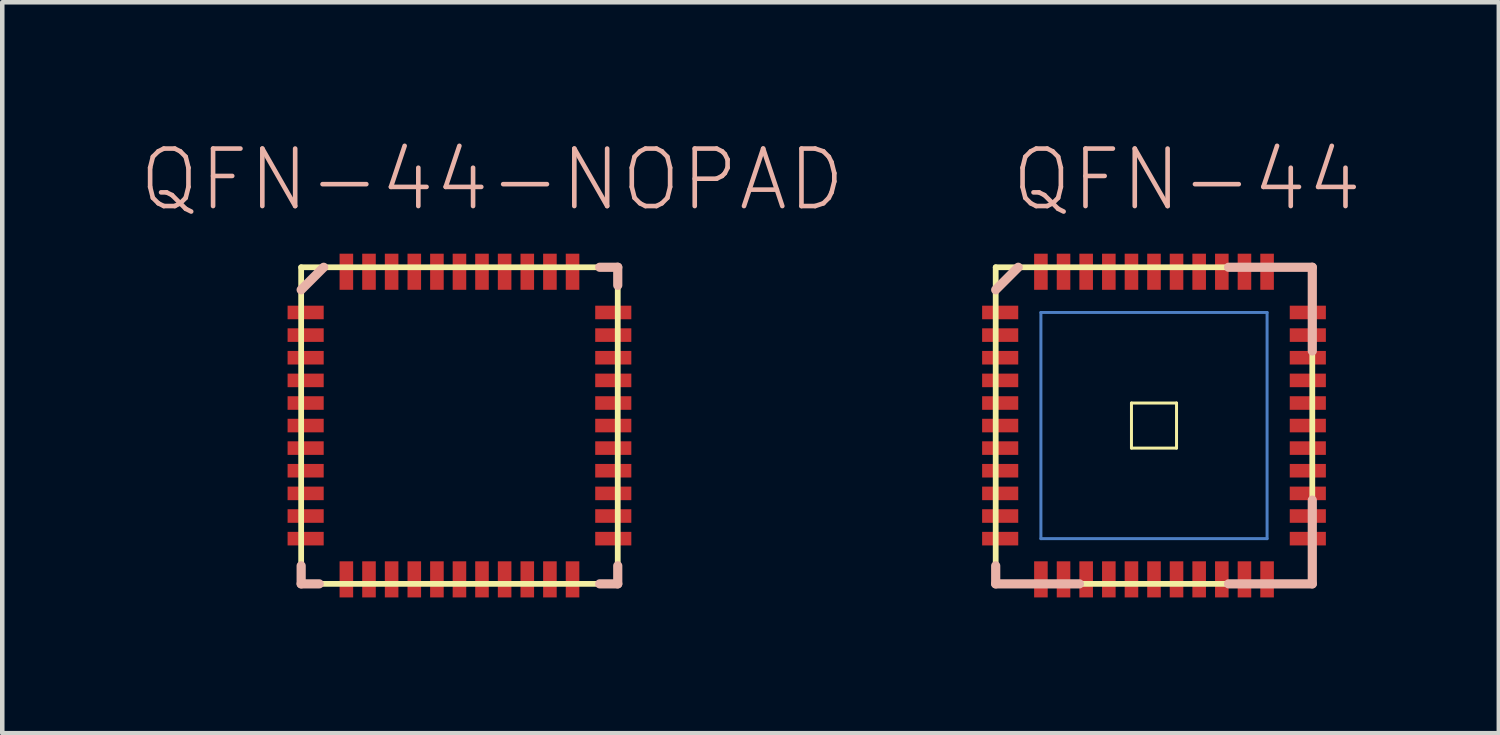
<source format=kicad_pcb>
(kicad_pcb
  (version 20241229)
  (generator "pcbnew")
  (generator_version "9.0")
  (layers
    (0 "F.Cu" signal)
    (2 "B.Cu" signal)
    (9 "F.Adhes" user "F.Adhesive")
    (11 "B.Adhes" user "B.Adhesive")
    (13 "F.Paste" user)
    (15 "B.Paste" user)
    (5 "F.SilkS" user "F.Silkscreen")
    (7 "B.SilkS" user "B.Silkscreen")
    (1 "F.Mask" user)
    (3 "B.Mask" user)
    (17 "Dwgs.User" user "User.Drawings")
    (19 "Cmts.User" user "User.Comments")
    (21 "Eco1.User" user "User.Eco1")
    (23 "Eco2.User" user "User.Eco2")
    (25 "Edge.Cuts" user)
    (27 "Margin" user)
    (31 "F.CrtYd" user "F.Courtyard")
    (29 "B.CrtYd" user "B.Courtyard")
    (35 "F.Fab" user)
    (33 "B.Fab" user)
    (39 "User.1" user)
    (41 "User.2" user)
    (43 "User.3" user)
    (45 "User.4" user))
  (footprint "QFN-44-NOPAD"
    (layer "F.Cu")
    (at 7.103 6.354)
    (property "Reference" "QFN-44-NOPAD" (at 0.724 -5.433 0) (layer "B.SilkS") (effects (font (size 1.27 1.27) (thickness 0.102))))
    (attr smd)
    (fp_line (start -3.498 -3.498) (end -3.498 3.498) (stroke (width 0.127) (type solid)) (layer "F.SilkS"))
    (fp_line (start -3.399 3.498) (end 3.498 3.498) (stroke (width 0.127) (type solid)) (layer "F.SilkS"))
    (fp_line (start 3.498 -3.498) (end -3.498 -3.498) (stroke (width 0.127) (type solid)) (layer "F.SilkS"))
    (fp_line (start 3.498 3.498) (end 3.498 -3.498) (stroke (width 0.127) (type solid)) (layer "F.SilkS"))
    (fp_line (start -3.498 3.498) (end -3.498 3.099) (stroke (width 0.203) (type solid)) (layer "B.SilkS"))
    (fp_line (start -3.099 3.498) (end -3.498 3.498) (stroke (width 0.203) (type solid)) (layer "B.SilkS"))
    (fp_line (start -3 -3.498) (end -3.498 -3) (stroke (width 0.203) (type solid)) (layer "B.SilkS"))
    (fp_line (start 3.099 3.498) (end 3.498 3.498) (stroke (width 0.203) (type solid)) (layer "B.SilkS"))
    (fp_line (start 3.498 -3.498) (end 3.099 -3.498) (stroke (width 0.203) (type solid)) (layer "B.SilkS"))
    (fp_line (start 3.498 -3.099) (end 3.498 -3.498) (stroke (width 0.203) (type solid)) (layer "B.SilkS"))
    (fp_line (start 3.498 3.099) (end 3.498 3.498) (stroke (width 0.203) (type solid)) (layer "B.SilkS"))
    (pad "1" smd rect (at -3.399 -2.499 180) (size 0.798 0.3) (layers "F.Cu" "F.Mask" "F.Paste"))
    (pad "2" smd rect (at -3.399 -1.999 180) (size 0.798 0.3) (layers "F.Cu" "F.Mask" "F.Paste"))
    (pad "3" smd rect (at -3.399 -1.499 180) (size 0.798 0.3) (layers "F.Cu" "F.Mask" "F.Paste"))
    (pad "4" smd rect (at -3.399 -0.998 180) (size 0.798 0.3) (layers "F.Cu" "F.Mask" "F.Paste"))
    (pad "5" smd rect (at -3.399 -0.498 180) (size 0.798 0.3) (layers "F.Cu" "F.Mask" "F.Paste"))
    (pad "6" smd rect (at -3.399 0 180) (size 0.798 0.3) (layers "F.Cu" "F.Mask" "F.Paste"))
    (pad "7" smd rect (at -3.399 0.498) (size 0.798 0.3) (layers "F.Cu" "F.Mask" "F.Paste"))
    (pad "8" smd rect (at -3.399 0.998) (size 0.798 0.3) (layers "F.Cu" "F.Mask" "F.Paste"))
    (pad "9" smd rect (at -3.399 1.499) (size 0.798 0.3) (layers "F.Cu" "F.Mask" "F.Paste"))
    (pad "10" smd rect (at -3.399 1.999) (size 0.798 0.3) (layers "F.Cu" "F.Mask" "F.Paste"))
    (pad "11" smd rect (at -3.399 2.499) (size 0.798 0.3) (layers "F.Cu" "F.Mask" "F.Paste"))
    (pad "12" smd rect (at -2.499 3.399 270) (size 0.798 0.3) (layers "F.Cu" "F.Mask" "F.Paste"))
    (pad "13" smd rect (at -1.999 3.399 270) (size 0.798 0.3) (layers "F.Cu" "F.Mask" "F.Paste"))
    (pad "14" smd rect (at -1.499 3.399 270) (size 0.798 0.3) (layers "F.Cu" "F.Mask" "F.Paste"))
    (pad "15" smd rect (at -0.998 3.399 270) (size 0.798 0.3) (layers "F.Cu" "F.Mask" "F.Paste"))
    (pad "16" smd rect (at -0.498 3.399 270) (size 0.798 0.3) (layers "F.Cu" "F.Mask" "F.Paste"))
    (pad "17" smd rect (at 0 3.399 270) (size 0.798 0.3) (layers "F.Cu" "F.Mask" "F.Paste"))
    (pad "18" smd rect (at 0.498 3.399 90) (size 0.798 0.3) (layers "F.Cu" "F.Mask" "F.Paste"))
    (pad "19" smd rect (at 0.998 3.399 90) (size 0.798 0.3) (layers "F.Cu" "F.Mask" "F.Paste"))
    (pad "20" smd rect (at 1.499 3.399 90) (size 0.798 0.3) (layers "F.Cu" "F.Mask" "F.Paste"))
    (pad "21" smd rect (at 1.999 3.399 90) (size 0.798 0.3) (layers "F.Cu" "F.Mask" "F.Paste"))
    (pad "22" smd rect (at 2.499 3.399 90) (size 0.798 0.3) (layers "F.Cu" "F.Mask" "F.Paste"))
    (pad "23" smd rect (at 3.399 2.499) (size 0.798 0.3) (layers "F.Cu" "F.Mask" "F.Paste"))
    (pad "24" smd rect (at 3.399 1.999) (size 0.798 0.3) (layers "F.Cu" "F.Mask" "F.Paste"))
    (pad "25" smd rect (at 3.399 1.499) (size 0.798 0.3) (layers "F.Cu" "F.Mask" "F.Paste"))
    (pad "26" smd rect (at 3.399 0.998) (size 0.798 0.3) (layers "F.Cu" "F.Mask" "F.Paste"))
    (pad "27" smd rect (at 3.399 0.498) (size 0.798 0.3) (layers "F.Cu" "F.Mask" "F.Paste"))
    (pad "28" smd rect (at 3.399 0) (size 0.798 0.3) (layers "F.Cu" "F.Mask" "F.Paste"))
    (pad "29" smd rect (at 3.399 -0.498 180) (size 0.798 0.3) (layers "F.Cu" "F.Mask" "F.Paste"))
    (pad "30" smd rect (at 3.399 -0.998 180) (size 0.798 0.3) (layers "F.Cu" "F.Mask" "F.Paste"))
    (pad "31" smd rect (at 3.399 -1.499 180) (size 0.798 0.3) (layers "F.Cu" "F.Mask" "F.Paste"))
    (pad "32" smd rect (at 3.399 -1.999 180) (size 0.798 0.3) (layers "F.Cu" "F.Mask" "F.Paste"))
    (pad "33" smd rect (at 3.399 -2.499 180) (size 0.798 0.3) (layers "F.Cu" "F.Mask" "F.Paste"))
    (pad "34" smd rect (at 2.499 -3.399 90) (size 0.798 0.3) (layers "F.Cu" "F.Mask" "F.Paste"))
    (pad "35" smd rect (at 1.999 -3.399 90) (size 0.798 0.3) (layers "F.Cu" "F.Mask" "F.Paste"))
    (pad "36" smd rect (at 1.499 -3.399 90) (size 0.798 0.3) (layers "F.Cu" "F.Mask" "F.Paste"))
    (pad "37" smd rect (at 0.998 -3.399 90) (size 0.798 0.3) (layers "F.Cu" "F.Mask" "F.Paste"))
    (pad "38" smd rect (at 0.498 -3.399 90) (size 0.798 0.3) (layers "F.Cu" "F.Mask" "F.Paste"))
    (pad "39" smd rect (at 0 -3.399 90) (size 0.798 0.3) (layers "F.Cu" "F.Mask" "F.Paste"))
    (pad "40" smd rect (at -0.498 -3.399 270) (size 0.798 0.3) (layers "F.Cu" "F.Mask" "F.Paste"))
    (pad "41" smd rect (at -0.998 -3.399 270) (size 0.798 0.3) (layers "F.Cu" "F.Mask" "F.Paste"))
    (pad "42" smd rect (at -1.499 -3.399 270) (size 0.798 0.3) (layers "F.Cu" "F.Mask" "F.Paste"))
    (pad "43" smd rect (at -1.999 -3.399 270) (size 0.798 0.3) (layers "F.Cu" "F.Mask" "F.Paste"))
    (pad "44" smd rect (at -2.499 -3.399 270) (size 0.798 0.3) (layers "F.Cu" "F.Mask" "F.Paste")))
  (footprint "QFN-44"
    (layer "F.Cu")
    (at 22.451 6.354)
    (property "Reference" "QFN-44" (at 0.724 -5.433 0) (layer "B.SilkS") (effects (font (size 1.27 1.27) (thickness 0.102))))
    (attr smd)
    (fp_line (start -2.499 -2.499) (end 2.499 -2.499) (stroke (width 0.066) (type solid)) (layer "B.Cu"))
    (fp_line (start -2.499 2.499) (end -2.499 -2.499) (stroke (width 0.066) (type solid)) (layer "B.Cu"))
    (fp_line (start -2.499 2.499) (end 2.499 2.499) (stroke (width 0.066) (type solid)) (layer "B.Cu"))
    (fp_line (start 2.499 2.499) (end 2.499 -2.499) (stroke (width 0.066) (type solid)) (layer "B.Cu"))
    (fp_line (start -3.498 -3.498) (end -3.498 3.498) (stroke (width 0.127) (type solid)) (layer "F.SilkS"))
    (fp_line (start -3.399 3.498) (end 3.498 3.498) (stroke (width 0.127) (type solid)) (layer "F.SilkS"))
    (fp_line (start -0.498 -0.498) (end 0.498 -0.498) (stroke (width 0.066) (type solid)) (layer "F.SilkS"))
    (fp_line (start -0.498 0.498) (end -0.498 -0.498) (stroke (width 0.066) (type solid)) (layer "F.SilkS"))
    (fp_line (start -0.498 0.498) (end 0.498 0.498) (stroke (width 0.066) (type solid)) (layer "F.SilkS"))
    (fp_line (start 0.498 0.498) (end 0.498 -0.498) (stroke (width 0.066) (type solid)) (layer "F.SilkS"))
    (fp_line (start 3.498 -3.498) (end -3.498 -3.498) (stroke (width 0.127) (type solid)) (layer "F.SilkS"))
    (fp_line (start 3.498 3.498) (end 3.498 -3.498) (stroke (width 0.127) (type solid)) (layer "F.SilkS"))
    (fp_line (start -3.498 3.498) (end -3.498 3.099) (stroke (width 0.203) (type solid)) (layer "B.SilkS"))
    (fp_line (start -3 -3.498) (end -3.498 -3) (stroke (width 0.203) (type solid)) (layer "B.SilkS"))
    (fp_line (start -1.648 3.498) (end -3.498 3.498) (stroke (width 0.203) (type solid)) (layer "B.SilkS"))
    (fp_line (start 1.648 3.498) (end 3.498 3.498) (stroke (width 0.203) (type solid)) (layer "B.SilkS"))
    (fp_line (start 3.498 -3.498) (end 1.648 -3.498) (stroke (width 0.203) (type solid)) (layer "B.SilkS"))
    (fp_line (start 3.498 -1.648) (end 3.498 -3.498) (stroke (width 0.203) (type solid)) (layer "B.SilkS"))
    (fp_line (start 3.498 1.648) (end 3.498 3.498) (stroke (width 0.203) (type solid)) (layer "B.SilkS"))
    (pad "1" smd rect (at -3.399 -2.499 180) (size 0.798 0.3) (layers "F.Cu" "F.Mask" "F.Paste"))
    (pad "2" smd rect (at -3.399 -1.999 180) (size 0.798 0.3) (layers "F.Cu" "F.Mask" "F.Paste"))
    (pad "3" smd rect (at -3.399 -1.499 180) (size 0.798 0.3) (layers "F.Cu" "F.Mask" "F.Paste"))
    (pad "4" smd rect (at -3.399 -0.998 180) (size 0.798 0.3) (layers "F.Cu" "F.Mask" "F.Paste"))
    (pad "5" smd rect (at -3.399 -0.498 180) (size 0.798 0.3) (layers "F.Cu" "F.Mask" "F.Paste"))
    (pad "6" smd rect (at -3.399 0 180) (size 0.798 0.3) (layers "F.Cu" "F.Mask" "F.Paste"))
    (pad "7" smd rect (at -3.399 0.498) (size 0.798 0.3) (layers "F.Cu" "F.Mask" "F.Paste"))
    (pad "8" smd rect (at -3.399 0.998) (size 0.798 0.3) (layers "F.Cu" "F.Mask" "F.Paste"))
    (pad "9" smd rect (at -3.399 1.499) (size 0.798 0.3) (layers "F.Cu" "F.Mask" "F.Paste"))
    (pad "10" smd rect (at -3.399 1.999) (size 0.798 0.3) (layers "F.Cu" "F.Mask" "F.Paste"))
    (pad "11" smd rect (at -3.399 2.499) (size 0.798 0.3) (layers "F.Cu" "F.Mask" "F.Paste"))
    (pad "12" smd rect (at -2.499 3.399 270) (size 0.798 0.3) (layers "F.Cu" "F.Mask" "F.Paste"))
    (pad "13" smd rect (at -1.999 3.399 270) (size 0.798 0.3) (layers "F.Cu" "F.Mask" "F.Paste"))
    (pad "14" smd rect (at -1.499 3.399 270) (size 0.798 0.3) (layers "F.Cu" "F.Mask" "F.Paste"))
    (pad "15" smd rect (at -0.998 3.399 270) (size 0.798 0.3) (layers "F.Cu" "F.Mask" "F.Paste"))
    (pad "16" smd rect (at -0.498 3.399 270) (size 0.798 0.3) (layers "F.Cu" "F.Mask" "F.Paste"))
    (pad "17" smd rect (at 0 3.399 270) (size 0.798 0.3) (layers "F.Cu" "F.Mask" "F.Paste"))
    (pad "18" smd rect (at 0.498 3.399 90) (size 0.798 0.3) (layers "F.Cu" "F.Mask" "F.Paste"))
    (pad "19" smd rect (at 0.998 3.399 90) (size 0.798 0.3) (layers "F.Cu" "F.Mask" "F.Paste"))
    (pad "20" smd rect (at 1.499 3.399 90) (size 0.798 0.3) (layers "F.Cu" "F.Mask" "F.Paste"))
    (pad "21" smd rect (at 1.999 3.399 90) (size 0.798 0.3) (layers "F.Cu" "F.Mask" "F.Paste"))
    (pad "22" smd rect (at 2.499 3.399 90) (size 0.798 0.3) (layers "F.Cu" "F.Mask" "F.Paste"))
    (pad "23" smd rect (at 3.399 2.499) (size 0.798 0.3) (layers "F.Cu" "F.Mask" "F.Paste"))
    (pad "24" smd rect (at 3.399 1.999) (size 0.798 0.3) (layers "F.Cu" "F.Mask" "F.Paste"))
    (pad "25" smd rect (at 3.399 1.499) (size 0.798 0.3) (layers "F.Cu" "F.Mask" "F.Paste"))
    (pad "26" smd rect (at 3.399 0.998) (size 0.798 0.3) (layers "F.Cu" "F.Mask" "F.Paste"))
    (pad "27" smd rect (at 3.399 0.498) (size 0.798 0.3) (layers "F.Cu" "F.Mask" "F.Paste"))
    (pad "28" smd rect (at 3.399 0) (size 0.798 0.3) (layers "F.Cu" "F.Mask" "F.Paste"))
    (pad "29" smd rect (at 3.399 -0.498 180) (size 0.798 0.3) (layers "F.Cu" "F.Mask" "F.Paste"))
    (pad "30" smd rect (at 3.399 -0.998 180) (size 0.798 0.3) (layers "F.Cu" "F.Mask" "F.Paste"))
    (pad "31" smd rect (at 3.399 -1.499 180) (size 0.798 0.3) (layers "F.Cu" "F.Mask" "F.Paste"))
    (pad "32" smd rect (at 3.399 -1.999 180) (size 0.798 0.3) (layers "F.Cu" "F.Mask" "F.Paste"))
    (pad "33" smd rect (at 3.399 -2.499 180) (size 0.798 0.3) (layers "F.Cu" "F.Mask" "F.Paste"))
    (pad "34" smd rect (at 2.499 -3.399 90) (size 0.798 0.3) (layers "F.Cu" "F.Mask" "F.Paste"))
    (pad "35" smd rect (at 1.999 -3.399 90) (size 0.798 0.3) (layers "F.Cu" "F.Mask" "F.Paste"))
    (pad "36" smd rect (at 1.499 -3.399 90) (size 0.798 0.3) (layers "F.Cu" "F.Mask" "F.Paste"))
    (pad "37" smd rect (at 0.998 -3.399 90) (size 0.798 0.3) (layers "F.Cu" "F.Mask" "F.Paste"))
    (pad "38" smd rect (at 0.498 -3.399 90) (size 0.798 0.3) (layers "F.Cu" "F.Mask" "F.Paste"))
    (pad "39" smd rect (at 0 -3.399 90) (size 0.798 0.3) (layers "F.Cu" "F.Mask" "F.Paste"))
    (pad "40" smd rect (at -0.498 -3.399 270) (size 0.798 0.3) (layers "F.Cu" "F.Mask" "F.Paste"))
    (pad "41" smd rect (at -0.998 -3.399 270) (size 0.798 0.3) (layers "F.Cu" "F.Mask" "F.Paste"))
    (pad "42" smd rect (at -1.499 -3.399 270) (size 0.798 0.3) (layers "F.Cu" "F.Mask" "F.Paste"))
    (pad "43" smd rect (at -1.999 -3.399 270) (size 0.798 0.3) (layers "F.Cu" "F.Mask" "F.Paste"))
    (pad "44" smd rect (at -2.499 -3.399 270) (size 0.798 0.3) (layers "F.Cu" "F.Mask" "F.Paste")))
  (gr_rect
    (start -3 -3)
    (end 30.071 13.152)
    (stroke (width 0.1) (type default))
    (fill no)
    (layer "Edge.Cuts")))
</source>
